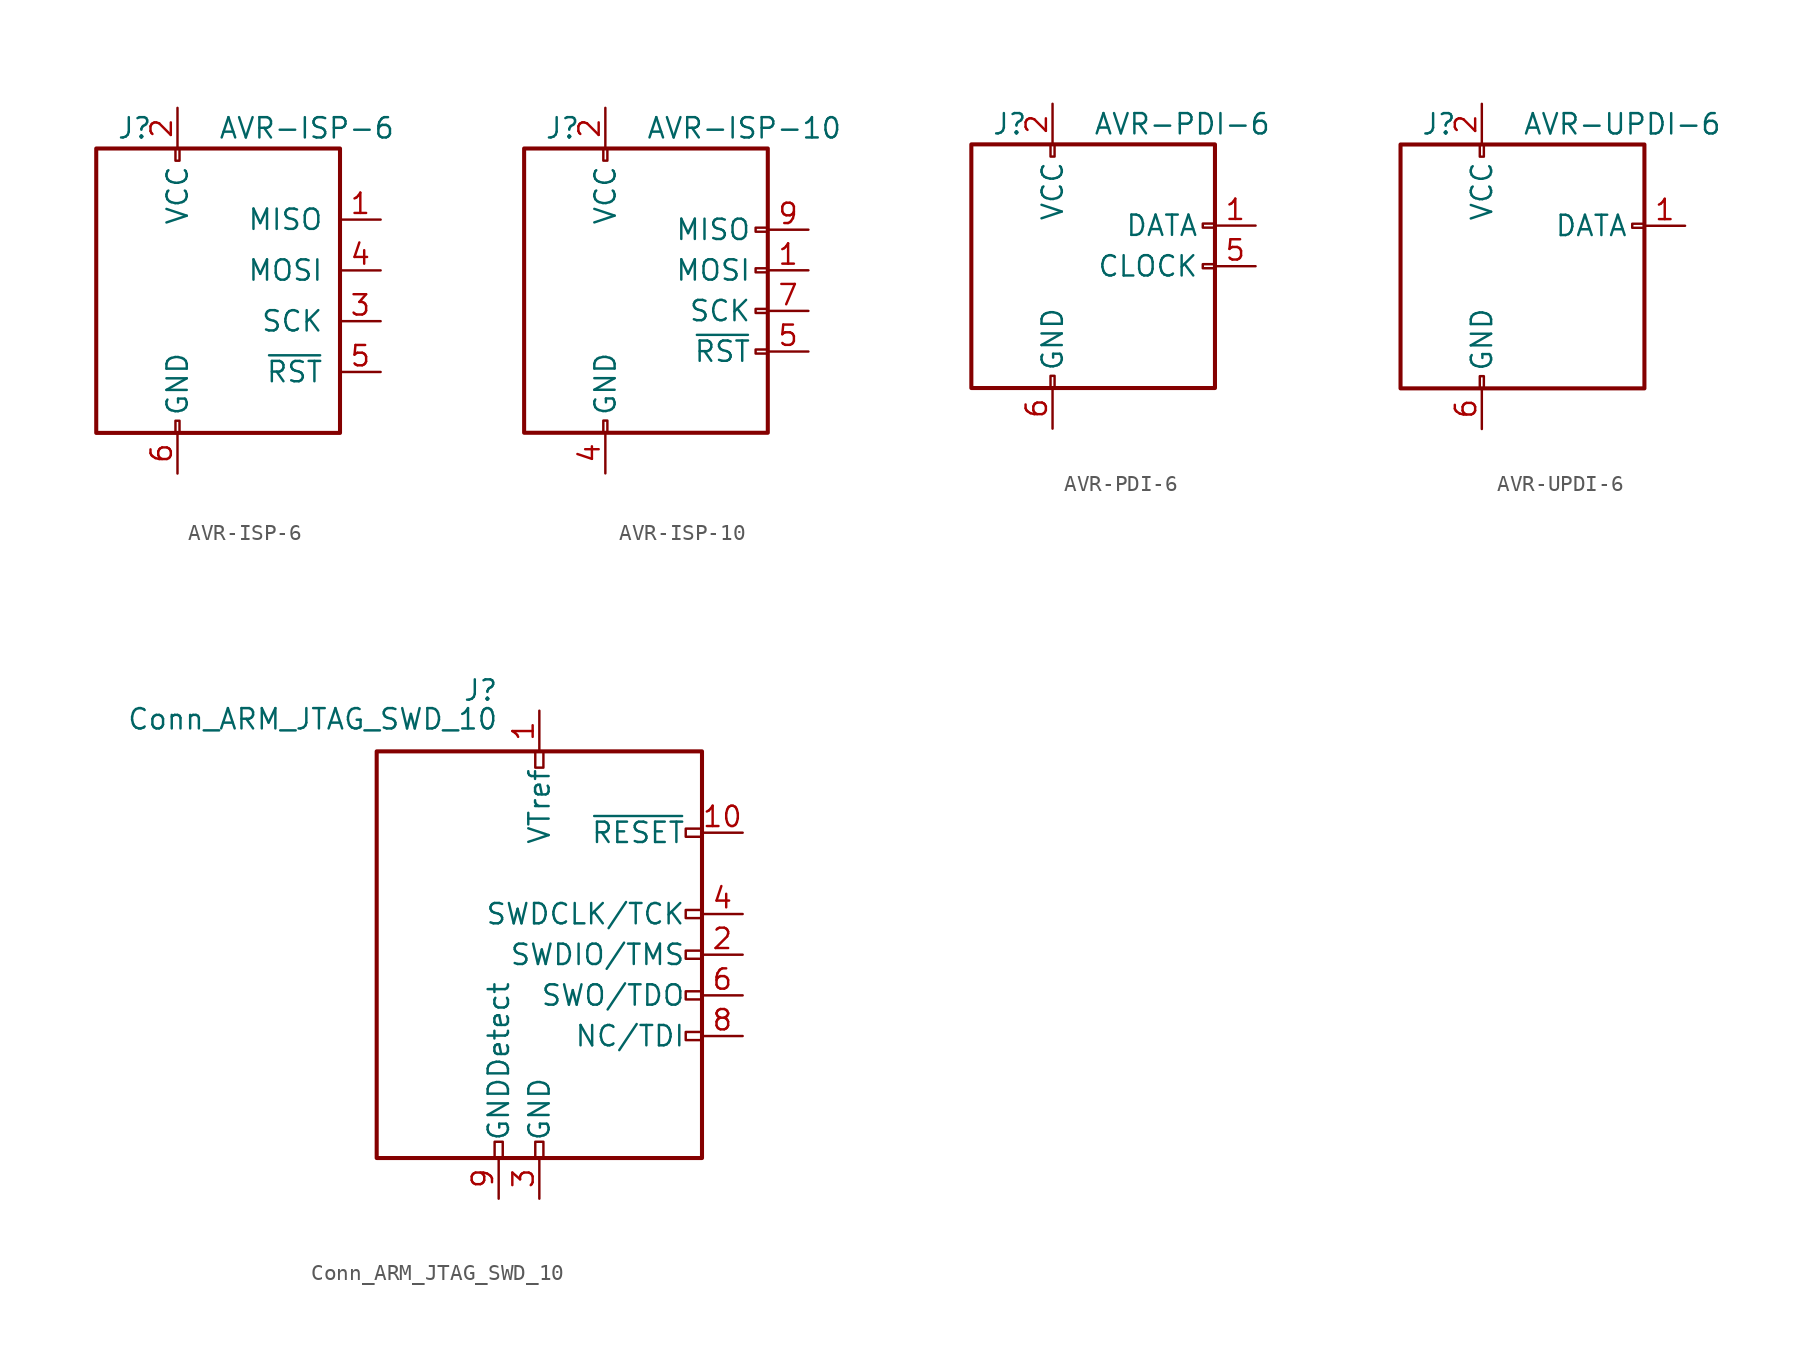
<source format=kicad_sym>
(kicad_symbol_lib
  (version 20211014)
  (generator kicad_symbol_editor)
  (symbol "AVR-ISP-6"
    (pin_names
      (offset 1.016))
    (property "Reference" "J"
      (at -6.35 11.43 0)
      (effects (font (size 1.27 1.27)) (justify left)))
    (property "Value" "AVR-ISP-6"
      (at 0 11.43 0)
      (effects (font (size 1.27 1.27)) (justify left)))
    (symbol "AVR-ISP-6_0_1"
      (rectangle (start -2.667 -6.858) (end -2.413 -7.62) (stroke (width 0) (type default) (color 0 0 0 0)) (fill (type none)))
      (rectangle (start -2.667 10.16) (end -2.413 9.398) (stroke (width 0) (type default) (color 0 0 0 0)) (fill (type none)))
      (rectangle (start 7.62 10.16) (end -7.62 -7.62) (stroke (width 0.254) (type default) (color 0 0 0 0)) (fill (type none))))
    (symbol "AVR-ISP-6_1_1"
      (pin passive line (at 10.16 5.715 180) (length 2.54) (name "MISO" (effects (font (size 1.27 1.27)))) (number "1" (effects (font (size 1.27 1.27)))))
      (pin passive line (at -2.54 12.7 270) (length 2.54) (name "VCC" (effects (font (size 1.27 1.27)))) (number "2" (effects (font (size 1.27 1.27)))))
      (pin passive line (at 10.16 -0.635 180) (length 2.54) (name "SCK" (effects (font (size 1.27 1.27)))) (number "3" (effects (font (size 1.27 1.27)))))
      (pin passive line (at 10.16 2.54 180) (length 2.54) (name "MOSI" (effects (font (size 1.27 1.27)))) (number "4" (effects (font (size 1.27 1.27)))))
      (pin passive line (at 10.16 -3.81 180) (length 2.54) (name "~{RST}" (effects (font (size 1.27 1.27)))) (number "5" (effects (font (size 1.27 1.27)))))
      (pin passive line (at -2.54 -10.16 90) (length 2.54) (name "GND" (effects (font (size 1.27 1.27)))) (number "6" (effects (font (size 1.27 1.27)))))))
  (symbol "AVR-ISP-10"
    (pin_names
      (offset 1.016))
    (property "Reference" "J"
      (at -6.35 11.43 0)
      (effects (font (size 1.27 1.27)) (justify left)))
    (property "Value" "AVR-ISP-10"
      (at 0 11.43 0)
      (effects (font (size 1.27 1.27)) (justify left)))
    (symbol "AVR-ISP-10_0_1"
      (rectangle (start -2.667 -6.858) (end -2.413 -7.62) (stroke (width 0) (type default) (color 0 0 0 0)) (fill (type none)))
      (rectangle (start -2.667 10.16) (end -2.413 9.398) (stroke (width 0) (type default) (color 0 0 0 0)) (fill (type none)))
      (rectangle (start 7.62 -2.413) (end 6.858 -2.667) (stroke (width 0) (type default) (color 0 0 0 0)) (fill (type none)))
      (rectangle (start 7.62 0.127) (end 6.858 -0.127) (stroke (width 0) (type default) (color 0 0 0 0)) (fill (type none)))
      (rectangle (start 7.62 2.667) (end 6.858 2.413) (stroke (width 0) (type default) (color 0 0 0 0)) (fill (type none)))
      (rectangle (start 7.62 5.207) (end 6.858 4.953) (stroke (width 0) (type default) (color 0 0 0 0)) (fill (type none)))
      (rectangle (start 7.62 10.16) (end -7.62 -7.62) (stroke (width 0.254) (type default) (color 0 0 0 0)) (fill (type none))))
    (symbol "AVR-ISP-10_1_1"
      (pin passive line (at 10.16 2.54 180) (length 2.54) (name "MOSI" (effects (font (size 1.27 1.27)))) (number "1" (effects (font (size 1.27 1.27)))))
      (pin passive line (at -2.54 -10.16 90) (length 2.54) hide (name "GND" (effects (font (size 1.27 1.27)))) (number "10" (effects (font (size 1.27 1.27)))))
      (pin passive line (at -2.54 12.7 270) (length 2.54) (name "VCC" (effects (font (size 1.27 1.27)))) (number "2" (effects (font (size 1.27 1.27)))))
      (pin no_connect line (at 7.62 -5.08 180) (length 2.54) hide (name "NC" (effects (font (size 1.27 1.27)))) (number "3" (effects (font (size 1.27 1.27)))))
      (pin passive line (at -2.54 -10.16 90) (length 2.54) (name "GND" (effects (font (size 1.27 1.27)))) (number "4" (effects (font (size 1.27 1.27)))))
      (pin passive line (at 10.16 -2.54 180) (length 2.54) (name "~{RST}" (effects (font (size 1.27 1.27)))) (number "5" (effects (font (size 1.27 1.27)))))
      (pin passive line (at -2.54 -10.16 90) (length 2.54) hide (name "GND" (effects (font (size 1.27 1.27)))) (number "6" (effects (font (size 1.27 1.27)))))
      (pin passive line (at 10.16 0 180) (length 2.54) (name "SCK" (effects (font (size 1.27 1.27)))) (number "7" (effects (font (size 1.27 1.27)))))
      (pin passive line (at -2.54 -10.16 90) (length 2.54) hide (name "GND" (effects (font (size 1.27 1.27)))) (number "8" (effects (font (size 1.27 1.27)))))
      (pin passive line (at 10.16 5.08 180) (length 2.54) (name "MISO" (effects (font (size 1.27 1.27)))) (number "9" (effects (font (size 1.27 1.27)))))))
  (symbol "AVR-PDI-6"
    (pin_names
      (offset 1.016))
    (property "Reference" "J"
      (at -6.35 8.89 0)
      (effects (font (size 1.27 1.27)) (justify left)))
    (property "Value" "AVR-PDI-6"
      (at 0 8.89 0)
      (effects (font (size 1.27 1.27)) (justify left)))
    (symbol "AVR-PDI-6_0_1"
      (rectangle (start -2.667 -6.858) (end -2.413 -7.62) (stroke (width 0) (type default) (color 0 0 0 0)) (fill (type none)))
      (rectangle (start -2.667 7.62) (end -2.413 6.858) (stroke (width 0) (type default) (color 0 0 0 0)) (fill (type none)))
      (rectangle (start 7.62 0.127) (end 6.858 -0.127) (stroke (width 0) (type default) (color 0 0 0 0)) (fill (type none)))
      (rectangle (start 7.62 2.667) (end 6.858 2.413) (stroke (width 0) (type default) (color 0 0 0 0)) (fill (type none)))
      (rectangle (start 7.62 7.62) (end -7.62 -7.62) (stroke (width 0.254) (type default) (color 0 0 0 0)) (fill (type none))))
    (symbol "AVR-PDI-6_1_1"
      (pin passive line (at 10.16 2.54 180) (length 2.54) (name "DATA" (effects (font (size 1.27 1.27)))) (number "1" (effects (font (size 1.27 1.27)))))
      (pin passive line (at -2.54 10.16 270) (length 2.54) (name "VCC" (effects (font (size 1.27 1.27)))) (number "2" (effects (font (size 1.27 1.27)))))
      (pin no_connect line (at 7.62 -2.54 180) (length 2.54) hide (name "NC" (effects (font (size 1.27 1.27)))) (number "3" (effects (font (size 1.27 1.27)))))
      (pin no_connect line (at 7.62 -5.08 180) (length 2.54) hide (name "NC" (effects (font (size 1.27 1.27)))) (number "4" (effects (font (size 1.27 1.27)))))
      (pin passive line (at 10.16 0 180) (length 2.54) (name "CLOCK" (effects (font (size 1.27 1.27)))) (number "5" (effects (font (size 1.27 1.27)))))
      (pin passive line (at -2.54 -10.16 90) (length 2.54) (name "GND" (effects (font (size 1.27 1.27)))) (number "6" (effects (font (size 1.27 1.27)))))))
  (symbol "AVR-UPDI-6"
    (pin_names
      (offset 1.016))
    (property "Reference" "J"
      (at -6.35 8.89 0)
      (effects (font (size 1.27 1.27)) (justify left)))
    (property "Value" "AVR-UPDI-6"
      (at 0 8.89 0)
      (effects (font (size 1.27 1.27)) (justify left)))
    (symbol "AVR-UPDI-6_0_1"
      (rectangle (start -2.667 -6.858) (end -2.413 -7.62) (stroke (width 0) (type default) (color 0 0 0 0)) (fill (type none)))
      (rectangle (start -2.667 7.62) (end -2.413 6.858) (stroke (width 0) (type default) (color 0 0 0 0)) (fill (type none)))
      (rectangle (start 7.62 2.667) (end 6.858 2.413) (stroke (width 0) (type default) (color 0 0 0 0)) (fill (type none)))
      (rectangle (start 7.62 7.62) (end -7.62 -7.62) (stroke (width 0.254) (type default) (color 0 0 0 0)) (fill (type none))))
    (symbol "AVR-UPDI-6_1_1"
      (pin passive line (at 10.16 2.54 180) (length 2.54) (name "DATA" (effects (font (size 1.27 1.27)))) (number "1" (effects (font (size 1.27 1.27)))))
      (pin passive line (at -2.54 10.16 270) (length 2.54) (name "VCC" (effects (font (size 1.27 1.27)))) (number "2" (effects (font (size 1.27 1.27)))))
      (pin no_connect line (at 7.62 0 180) (length 2.54) hide (name "NC" (effects (font (size 1.27 1.27)))) (number "3" (effects (font (size 1.27 1.27)))))
      (pin no_connect line (at 7.62 -2.54 180) (length 2.54) hide (name "NC" (effects (font (size 1.27 1.27)))) (number "4" (effects (font (size 1.27 1.27)))))
      (pin no_connect line (at 7.62 -5.08 180) (length 2.54) hide (name "NC" (effects (font (size 1.27 1.27)))) (number "5" (effects (font (size 1.27 1.27)))))
      (pin passive line (at -2.54 -10.16 90) (length 2.54) (name "GND" (effects (font (size 1.27 1.27)))) (number "6" (effects (font (size 1.27 1.27)))))))
  (symbol "Conn_ARM_JTAG_SWD_10"
    (pin_names
      (offset 1.016))
    (property "Reference" "J"
      (at -2.54 16.51 0)
      (effects (font (size 1.27 1.27)) (justify right)))
    (property "Value" "Conn_ARM_JTAG_SWD_10"
      (at -2.54 13.97 0)
      (effects (font (size 1.27 1.27)) (justify right bottom)))
    (symbol "Conn_ARM_JTAG_SWD_10_0_1"
      (rectangle (start -10.16 12.7) (end 10.16 -12.7) (stroke (width 0.254) (type default) (color 0 0 0 0)) (fill (type none)))
      (rectangle (start -2.794 -12.7) (end -2.286 -11.684) (stroke (width 0) (type default) (color 0 0 0 0)) (fill (type none)))
      (rectangle (start -0.254 -12.7) (end 0.254 -11.684) (stroke (width 0) (type default) (color 0 0 0 0)) (fill (type none)))
      (rectangle (start -0.254 12.7) (end 0.254 11.684) (stroke (width 0) (type default) (color 0 0 0 0)) (fill (type none)))
      (rectangle (start 9.144 2.286) (end 10.16 2.794) (stroke (width 0) (type default) (color 0 0 0 0)) (fill (type none)))
      (rectangle (start 10.16 -2.794) (end 9.144 -2.286) (stroke (width 0) (type default) (color 0 0 0 0)) (fill (type none)))
      (rectangle (start 10.16 -0.254) (end 9.144 0.254) (stroke (width 0) (type default) (color 0 0 0 0)) (fill (type none)))
      (rectangle (start 10.16 7.874) (end 9.144 7.366) (stroke (width 0) (type default) (color 0 0 0 0)) (fill (type none))))
    (symbol "Conn_ARM_JTAG_SWD_10_1_1"
      (rectangle (start 9.144 -5.334) (end 10.16 -4.826) (stroke (width 0) (type default) (color 0 0 0 0)) (fill (type none)))
      (pin power_in line (at 0 15.24 270) (length 2.54) (name "VTref" (effects (font (size 1.27 1.27)))) (number "1" (effects (font (size 1.27 1.27)))))
      (pin open_collector line (at 12.7 7.62 180) (length 2.54) (name "~{RESET}" (effects (font (size 1.27 1.27)))) (number "10" (effects (font (size 1.27 1.27)))))
      (pin bidirectional line (at 12.7 0 180) (length 2.54) (name "SWDIO/TMS" (effects (font (size 1.27 1.27)))) (number "2" (effects (font (size 1.27 1.27)))))
      (pin power_in line (at 0 -15.24 90) (length 2.54) (name "GND" (effects (font (size 1.27 1.27)))) (number "3" (effects (font (size 1.27 1.27)))))
      (pin output line (at 12.7 2.54 180) (length 2.54) (name "SWDCLK/TCK" (effects (font (size 1.27 1.27)))) (number "4" (effects (font (size 1.27 1.27)))))
      (pin passive line (at 0 -15.24 90) (length 2.54) hide (name "GND" (effects (font (size 1.27 1.27)))) (number "5" (effects (font (size 1.27 1.27)))))
      (pin input line (at 12.7 -2.54 180) (length 2.54) (name "SWO/TDO" (effects (font (size 1.27 1.27)))) (number "6" (effects (font (size 1.27 1.27)))))
      (pin no_connect line (at -10.16 0 0) (length 2.54) hide (name "KEY" (effects (font (size 1.27 1.27)))) (number "7" (effects (font (size 1.27 1.27)))))
      (pin output line (at 12.7 -5.08 180) (length 2.54) (name "NC/TDI" (effects (font (size 1.27 1.27)))) (number "8" (effects (font (size 1.27 1.27)))))
      (pin passive line (at -2.54 -15.24 90) (length 2.54) (name "GNDDetect" (effects (font (size 1.27 1.27)))) (number "9" (effects (font (size 1.27 1.27))))))))
</source>
